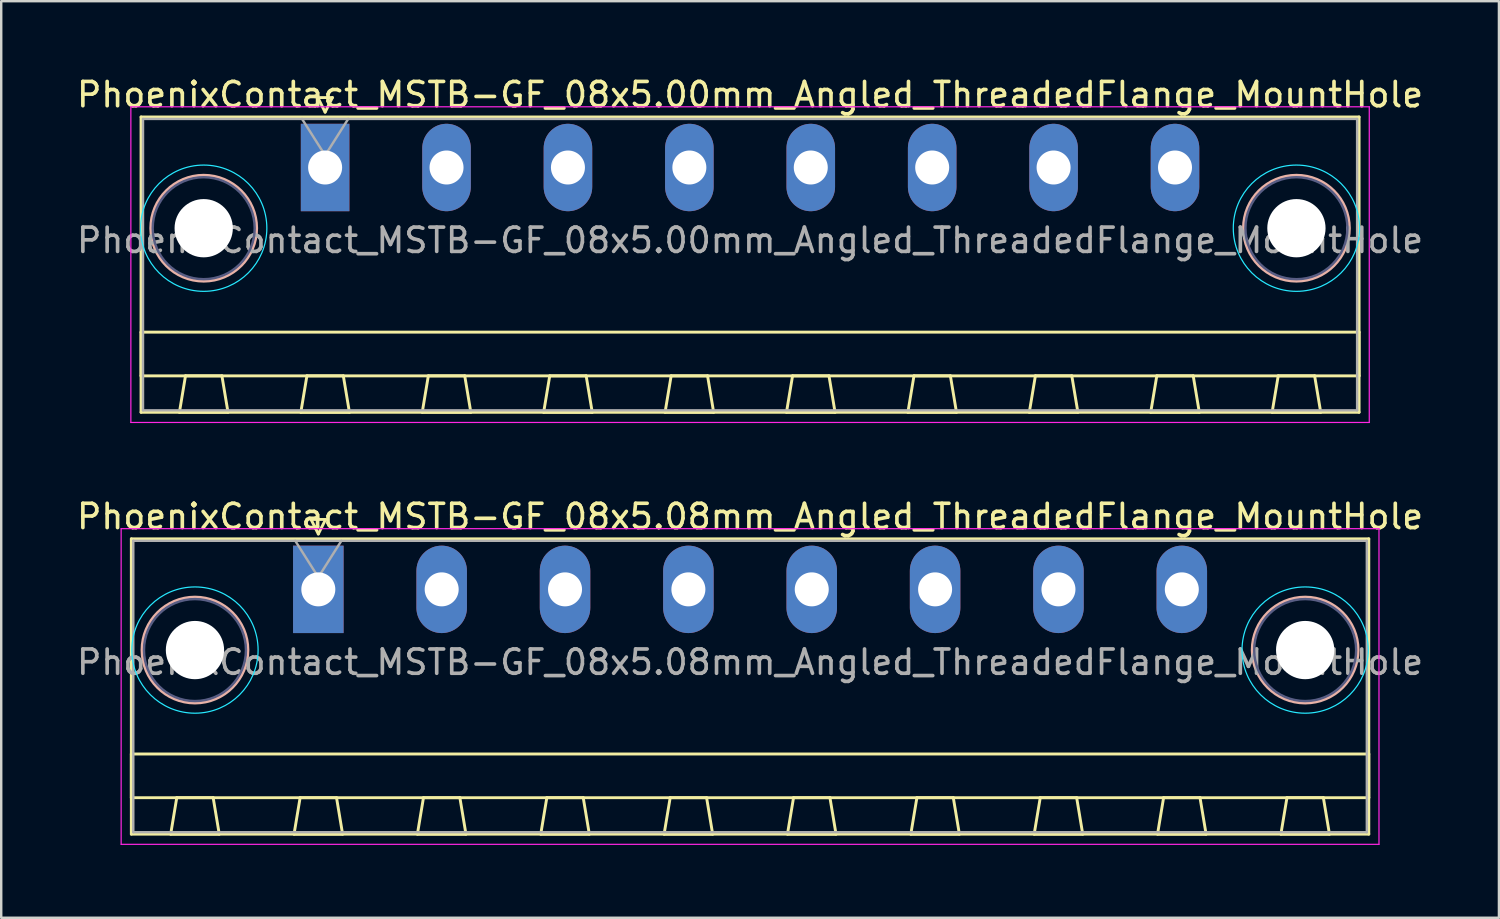
<source format=kicad_pcb>
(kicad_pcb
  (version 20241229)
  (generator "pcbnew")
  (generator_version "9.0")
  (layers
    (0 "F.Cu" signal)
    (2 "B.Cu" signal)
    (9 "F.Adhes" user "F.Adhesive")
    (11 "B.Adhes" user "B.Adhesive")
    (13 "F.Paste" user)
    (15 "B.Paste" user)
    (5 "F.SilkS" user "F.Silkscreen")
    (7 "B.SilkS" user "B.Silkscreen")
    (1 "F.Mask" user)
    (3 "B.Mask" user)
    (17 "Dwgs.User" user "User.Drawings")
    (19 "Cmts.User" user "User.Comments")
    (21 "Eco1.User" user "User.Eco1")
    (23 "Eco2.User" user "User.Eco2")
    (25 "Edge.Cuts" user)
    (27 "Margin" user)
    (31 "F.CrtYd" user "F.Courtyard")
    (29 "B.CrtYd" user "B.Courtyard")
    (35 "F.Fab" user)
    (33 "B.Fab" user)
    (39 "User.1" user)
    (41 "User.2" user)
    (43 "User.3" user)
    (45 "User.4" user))
  (footprint "PhoenixContact_MSTB-GF_08x5.08mm_Angled_ThreadedFlange_MountHole"
    (layer "F.Cu")
    (at 10.059 21.221)
    (property "Reference" "PhoenixContact_MSTB-GF_08x5.08mm_Angled_ThreadedFlange_MountHole" (at 17.78 -3 0) (layer "F.SilkS") (effects (font (size 1 1) (thickness 0.15))))
    (attr through_hole)
    (fp_line (start -7.7 -2.08) (end -7.7 10.08) (stroke (width 0.12) (type solid)) (layer "F.SilkS"))
    (fp_line (start -7.7 6.78) (end 43.26 6.78) (stroke (width 0.12) (type solid)) (layer "F.SilkS"))
    (fp_line (start -7.7 8.58) (end -7.7 6.78) (stroke (width 0.12) (type solid)) (layer "F.SilkS"))
    (fp_line (start -7.7 10.08) (end 43.26 10.08) (stroke (width 0.12) (type solid)) (layer "F.SilkS"))
    (fp_line (start -6.08 10.08) (end -4.08 10.08) (stroke (width 0.12) (type solid)) (layer "F.SilkS"))
    (fp_line (start -5.83 8.58) (end -6.08 10.08) (stroke (width 0.12) (type solid)) (layer "F.SilkS"))
    (fp_line (start -4.33 8.58) (end -5.83 8.58) (stroke (width 0.12) (type solid)) (layer "F.SilkS"))
    (fp_line (start -4.08 10.08) (end -4.33 8.58) (stroke (width 0.12) (type solid)) (layer "F.SilkS"))
    (fp_line (start -1 10.08) (end 1 10.08) (stroke (width 0.12) (type solid)) (layer "F.SilkS"))
    (fp_line (start -0.75 8.58) (end -1 10.08) (stroke (width 0.12) (type solid)) (layer "F.SilkS"))
    (fp_line (start -0.3 -2.88) (end 0.3 -2.88) (stroke (width 0.12) (type solid)) (layer "F.SilkS"))
    (fp_line (start 0 -2.28) (end -0.3 -2.88) (stroke (width 0.12) (type solid)) (layer "F.SilkS"))
    (fp_line (start 0.3 -2.88) (end 0 -2.28) (stroke (width 0.12) (type solid)) (layer "F.SilkS"))
    (fp_line (start 0.75 8.58) (end -0.75 8.58) (stroke (width 0.12) (type solid)) (layer "F.SilkS"))
    (fp_line (start 1 10.08) (end 0.75 8.58) (stroke (width 0.12) (type solid)) (layer "F.SilkS"))
    (fp_line (start 4.08 10.08) (end 6.08 10.08) (stroke (width 0.12) (type solid)) (layer "F.SilkS"))
    (fp_line (start 4.33 8.58) (end 4.08 10.08) (stroke (width 0.12) (type solid)) (layer "F.SilkS"))
    (fp_line (start 5.83 8.58) (end 4.33 8.58) (stroke (width 0.12) (type solid)) (layer "F.SilkS"))
    (fp_line (start 6.08 10.08) (end 5.83 8.58) (stroke (width 0.12) (type solid)) (layer "F.SilkS"))
    (fp_line (start 9.16 10.08) (end 11.16 10.08) (stroke (width 0.12) (type solid)) (layer "F.SilkS"))
    (fp_line (start 9.41 8.58) (end 9.16 10.08) (stroke (width 0.12) (type solid)) (layer "F.SilkS"))
    (fp_line (start 10.91 8.58) (end 9.41 8.58) (stroke (width 0.12) (type solid)) (layer "F.SilkS"))
    (fp_line (start 11.16 10.08) (end 10.91 8.58) (stroke (width 0.12) (type solid)) (layer "F.SilkS"))
    (fp_line (start 14.24 10.08) (end 16.24 10.08) (stroke (width 0.12) (type solid)) (layer "F.SilkS"))
    (fp_line (start 14.49 8.58) (end 14.24 10.08) (stroke (width 0.12) (type solid)) (layer "F.SilkS"))
    (fp_line (start 15.99 8.58) (end 14.49 8.58) (stroke (width 0.12) (type solid)) (layer "F.SilkS"))
    (fp_line (start 16.24 10.08) (end 15.99 8.58) (stroke (width 0.12) (type solid)) (layer "F.SilkS"))
    (fp_line (start 19.32 10.08) (end 21.32 10.08) (stroke (width 0.12) (type solid)) (layer "F.SilkS"))
    (fp_line (start 19.57 8.58) (end 19.32 10.08) (stroke (width 0.12) (type solid)) (layer "F.SilkS"))
    (fp_line (start 21.07 8.58) (end 19.57 8.58) (stroke (width 0.12) (type solid)) (layer "F.SilkS"))
    (fp_line (start 21.32 10.08) (end 21.07 8.58) (stroke (width 0.12) (type solid)) (layer "F.SilkS"))
    (fp_line (start 24.4 10.08) (end 26.4 10.08) (stroke (width 0.12) (type solid)) (layer "F.SilkS"))
    (fp_line (start 24.65 8.58) (end 24.4 10.08) (stroke (width 0.12) (type solid)) (layer "F.SilkS"))
    (fp_line (start 26.15 8.58) (end 24.65 8.58) (stroke (width 0.12) (type solid)) (layer "F.SilkS"))
    (fp_line (start 26.4 10.08) (end 26.15 8.58) (stroke (width 0.12) (type solid)) (layer "F.SilkS"))
    (fp_line (start 29.48 10.08) (end 31.48 10.08) (stroke (width 0.12) (type solid)) (layer "F.SilkS"))
    (fp_line (start 29.73 8.58) (end 29.48 10.08) (stroke (width 0.12) (type solid)) (layer "F.SilkS"))
    (fp_line (start 31.23 8.58) (end 29.73 8.58) (stroke (width 0.12) (type solid)) (layer "F.SilkS"))
    (fp_line (start 31.48 10.08) (end 31.23 8.58) (stroke (width 0.12) (type solid)) (layer "F.SilkS"))
    (fp_line (start 34.56 10.08) (end 36.56 10.08) (stroke (width 0.12) (type solid)) (layer "F.SilkS"))
    (fp_line (start 34.81 8.58) (end 34.56 10.08) (stroke (width 0.12) (type solid)) (layer "F.SilkS"))
    (fp_line (start 36.31 8.58) (end 34.81 8.58) (stroke (width 0.12) (type solid)) (layer "F.SilkS"))
    (fp_line (start 36.56 10.08) (end 36.31 8.58) (stroke (width 0.12) (type solid)) (layer "F.SilkS"))
    (fp_line (start 39.64 10.08) (end 41.64 10.08) (stroke (width 0.12) (type solid)) (layer "F.SilkS"))
    (fp_line (start 39.89 8.58) (end 39.64 10.08) (stroke (width 0.12) (type solid)) (layer "F.SilkS"))
    (fp_line (start 41.39 8.58) (end 39.89 8.58) (stroke (width 0.12) (type solid)) (layer "F.SilkS"))
    (fp_line (start 41.64 10.08) (end 41.39 8.58) (stroke (width 0.12) (type solid)) (layer "F.SilkS"))
    (fp_line (start 43.26 -2.08) (end -7.7 -2.08) (stroke (width 0.12) (type solid)) (layer "F.SilkS"))
    (fp_line (start 43.26 6.78) (end 43.26 8.58) (stroke (width 0.12) (type solid)) (layer "F.SilkS"))
    (fp_line (start 43.26 8.58) (end -7.7 8.58) (stroke (width 0.12) (type solid)) (layer "F.SilkS"))
    (fp_line (start 43.26 10.08) (end 43.26 -2.08) (stroke (width 0.12) (type solid)) (layer "F.SilkS"))
    (fp_circle (center -5.08 2.5) (end -2.9 2.5) (stroke (width 0.12) (type solid)) (fill no) (layer "B.SilkS"))
    (fp_circle (center 40.64 2.5) (end 42.82 2.5) (stroke (width 0.12) (type solid)) (fill no) (layer "B.SilkS"))
    (fp_circle (center -5.08 2.5) (end -2.48 2.5) (stroke (width 0.05) (type solid)) (fill no) (layer "B.CrtYd"))
    (fp_circle (center 40.64 2.5) (end 43.24 2.5) (stroke (width 0.05) (type solid)) (fill no) (layer "B.CrtYd"))
    (fp_line (start -8.12 -2.5) (end -8.12 10.5) (stroke (width 0.05) (type solid)) (layer "F.CrtYd"))
    (fp_line (start -8.12 10.5) (end 43.68 10.5) (stroke (width 0.05) (type solid)) (layer "F.CrtYd"))
    (fp_line (start 43.68 -2.5) (end -8.12 -2.5) (stroke (width 0.05) (type solid)) (layer "F.CrtYd"))
    (fp_line (start 43.68 10.5) (end 43.68 -2.5) (stroke (width 0.05) (type solid)) (layer "F.CrtYd"))
    (fp_circle (center -5.08 2.5) (end -2.98 2.5) (stroke (width 0.1) (type solid)) (fill no) (layer "B.Fab"))
    (fp_circle (center 40.64 2.5) (end 42.74 2.5) (stroke (width 0.1) (type solid)) (fill no) (layer "B.Fab"))
    (fp_line (start -7.62 -2) (end -7.62 10) (stroke (width 0.1) (type solid)) (layer "F.Fab"))
    (fp_line (start -7.62 10) (end 43.18 10) (stroke (width 0.1) (type solid)) (layer "F.Fab"))
    (fp_line (start 0 -0.5) (end -0.95 -2) (stroke (width 0.1) (type solid)) (layer "F.Fab"))
    (fp_line (start 0.95 -2) (end 0 -0.5) (stroke (width 0.1) (type solid)) (layer "F.Fab"))
    (fp_line (start 43.18 -2) (end -7.62 -2) (stroke (width 0.1) (type solid)) (layer "F.Fab"))
    (fp_line (start 43.18 10) (end 43.18 -2) (stroke (width 0.1) (type solid)) (layer "F.Fab"))
    (fp_text user "${REFERENCE}" (at 17.78 3 0) (layer "F.Fab") (effects (font (size 1 1) (thickness 0.15))))
    (pad "" np_thru_hole circle (at -5.08 2.5) (size 2.4 2.4) (drill 2.4) (layers "*.Cu" "*.Mask"))
    (pad "" np_thru_hole circle (at 40.64 2.5) (size 2.4 2.4) (drill 2.4) (layers "*.Cu" "*.Mask"))
    (pad "1" thru_hole rect (at 0 0) (size 2.08 3.6) (drill 1.4) (layers "*.Cu" "*.Mask"))
    (pad "2" thru_hole oval (at 5.08 0) (size 2.08 3.6) (drill 1.4) (layers "*.Cu" "*.Mask"))
    (pad "3" thru_hole oval (at 10.16 0) (size 2.08 3.6) (drill 1.4) (layers "*.Cu" "*.Mask"))
    (pad "4" thru_hole oval (at 15.24 0) (size 2.08 3.6) (drill 1.4) (layers "*.Cu" "*.Mask"))
    (pad "5" thru_hole oval (at 20.32 0) (size 2.08 3.6) (drill 1.4) (layers "*.Cu" "*.Mask"))
    (pad "6" thru_hole oval (at 25.4 0) (size 2.08 3.6) (drill 1.4) (layers "*.Cu" "*.Mask"))
    (pad "7" thru_hole oval (at 30.48 0) (size 2.08 3.6) (drill 1.4) (layers "*.Cu" "*.Mask"))
    (pad "8" thru_hole oval (at 35.56 0) (size 2.08 3.6) (drill 1.4) (layers "*.Cu" "*.Mask")))
  (footprint "PhoenixContact_MSTB-GF_08x5.00mm_Angled_ThreadedFlange_MountHole"
    (layer "F.Cu")
    (at 10.339 3.848)
    (property "Reference" "PhoenixContact_MSTB-GF_08x5.00mm_Angled_ThreadedFlange_MountHole" (at 17.5 -3 0) (layer "F.SilkS") (effects (font (size 1 1) (thickness 0.15))))
    (attr through_hole)
    (fp_line (start -7.58 -2.08) (end -7.58 10.08) (stroke (width 0.12) (type solid)) (layer "F.SilkS"))
    (fp_line (start -7.58 6.78) (end 42.58 6.78) (stroke (width 0.12) (type solid)) (layer "F.SilkS"))
    (fp_line (start -7.58 8.58) (end -7.58 6.78) (stroke (width 0.12) (type solid)) (layer "F.SilkS"))
    (fp_line (start -7.58 10.08) (end 42.58 10.08) (stroke (width 0.12) (type solid)) (layer "F.SilkS"))
    (fp_line (start -6 10.08) (end -4 10.08) (stroke (width 0.12) (type solid)) (layer "F.SilkS"))
    (fp_line (start -5.75 8.58) (end -6 10.08) (stroke (width 0.12) (type solid)) (layer "F.SilkS"))
    (fp_line (start -4.25 8.58) (end -5.75 8.58) (stroke (width 0.12) (type solid)) (layer "F.SilkS"))
    (fp_line (start -4 10.08) (end -4.25 8.58) (stroke (width 0.12) (type solid)) (layer "F.SilkS"))
    (fp_line (start -1 10.08) (end 1 10.08) (stroke (width 0.12) (type solid)) (layer "F.SilkS"))
    (fp_line (start -0.75 8.58) (end -1 10.08) (stroke (width 0.12) (type solid)) (layer "F.SilkS"))
    (fp_line (start -0.3 -2.88) (end 0.3 -2.88) (stroke (width 0.12) (type solid)) (layer "F.SilkS"))
    (fp_line (start 0 -2.28) (end -0.3 -2.88) (stroke (width 0.12) (type solid)) (layer "F.SilkS"))
    (fp_line (start 0.3 -2.88) (end 0 -2.28) (stroke (width 0.12) (type solid)) (layer "F.SilkS"))
    (fp_line (start 0.75 8.58) (end -0.75 8.58) (stroke (width 0.12) (type solid)) (layer "F.SilkS"))
    (fp_line (start 1 10.08) (end 0.75 8.58) (stroke (width 0.12) (type solid)) (layer "F.SilkS"))
    (fp_line (start 4 10.08) (end 6 10.08) (stroke (width 0.12) (type solid)) (layer "F.SilkS"))
    (fp_line (start 4.25 8.58) (end 4 10.08) (stroke (width 0.12) (type solid)) (layer "F.SilkS"))
    (fp_line (start 5.75 8.58) (end 4.25 8.58) (stroke (width 0.12) (type solid)) (layer "F.SilkS"))
    (fp_line (start 6 10.08) (end 5.75 8.58) (stroke (width 0.12) (type solid)) (layer "F.SilkS"))
    (fp_line (start 9 10.08) (end 11 10.08) (stroke (width 0.12) (type solid)) (layer "F.SilkS"))
    (fp_line (start 9.25 8.58) (end 9 10.08) (stroke (width 0.12) (type solid)) (layer "F.SilkS"))
    (fp_line (start 10.75 8.58) (end 9.25 8.58) (stroke (width 0.12) (type solid)) (layer "F.SilkS"))
    (fp_line (start 11 10.08) (end 10.75 8.58) (stroke (width 0.12) (type solid)) (layer "F.SilkS"))
    (fp_line (start 14 10.08) (end 16 10.08) (stroke (width 0.12) (type solid)) (layer "F.SilkS"))
    (fp_line (start 14.25 8.58) (end 14 10.08) (stroke (width 0.12) (type solid)) (layer "F.SilkS"))
    (fp_line (start 15.75 8.58) (end 14.25 8.58) (stroke (width 0.12) (type solid)) (layer "F.SilkS"))
    (fp_line (start 16 10.08) (end 15.75 8.58) (stroke (width 0.12) (type solid)) (layer "F.SilkS"))
    (fp_line (start 19 10.08) (end 21 10.08) (stroke (width 0.12) (type solid)) (layer "F.SilkS"))
    (fp_line (start 19.25 8.58) (end 19 10.08) (stroke (width 0.12) (type solid)) (layer "F.SilkS"))
    (fp_line (start 20.75 8.58) (end 19.25 8.58) (stroke (width 0.12) (type solid)) (layer "F.SilkS"))
    (fp_line (start 21 10.08) (end 20.75 8.58) (stroke (width 0.12) (type solid)) (layer "F.SilkS"))
    (fp_line (start 24 10.08) (end 26 10.08) (stroke (width 0.12) (type solid)) (layer "F.SilkS"))
    (fp_line (start 24.25 8.58) (end 24 10.08) (stroke (width 0.12) (type solid)) (layer "F.SilkS"))
    (fp_line (start 25.75 8.58) (end 24.25 8.58) (stroke (width 0.12) (type solid)) (layer "F.SilkS"))
    (fp_line (start 26 10.08) (end 25.75 8.58) (stroke (width 0.12) (type solid)) (layer "F.SilkS"))
    (fp_line (start 29 10.08) (end 31 10.08) (stroke (width 0.12) (type solid)) (layer "F.SilkS"))
    (fp_line (start 29.25 8.58) (end 29 10.08) (stroke (width 0.12) (type solid)) (layer "F.SilkS"))
    (fp_line (start 30.75 8.58) (end 29.25 8.58) (stroke (width 0.12) (type solid)) (layer "F.SilkS"))
    (fp_line (start 31 10.08) (end 30.75 8.58) (stroke (width 0.12) (type solid)) (layer "F.SilkS"))
    (fp_line (start 34 10.08) (end 36 10.08) (stroke (width 0.12) (type solid)) (layer "F.SilkS"))
    (fp_line (start 34.25 8.58) (end 34 10.08) (stroke (width 0.12) (type solid)) (layer "F.SilkS"))
    (fp_line (start 35.75 8.58) (end 34.25 8.58) (stroke (width 0.12) (type solid)) (layer "F.SilkS"))
    (fp_line (start 36 10.08) (end 35.75 8.58) (stroke (width 0.12) (type solid)) (layer "F.SilkS"))
    (fp_line (start 39 10.08) (end 41 10.08) (stroke (width 0.12) (type solid)) (layer "F.SilkS"))
    (fp_line (start 39.25 8.58) (end 39 10.08) (stroke (width 0.12) (type solid)) (layer "F.SilkS"))
    (fp_line (start 40.75 8.58) (end 39.25 8.58) (stroke (width 0.12) (type solid)) (layer "F.SilkS"))
    (fp_line (start 41 10.08) (end 40.75 8.58) (stroke (width 0.12) (type solid)) (layer "F.SilkS"))
    (fp_line (start 42.58 -2.08) (end -7.58 -2.08) (stroke (width 0.12) (type solid)) (layer "F.SilkS"))
    (fp_line (start 42.58 6.78) (end 42.58 8.58) (stroke (width 0.12) (type solid)) (layer "F.SilkS"))
    (fp_line (start 42.58 8.58) (end -7.58 8.58) (stroke (width 0.12) (type solid)) (layer "F.SilkS"))
    (fp_line (start 42.58 10.08) (end 42.58 -2.08) (stroke (width 0.12) (type solid)) (layer "F.SilkS"))
    (fp_circle (center -5 2.5) (end -2.82 2.5) (stroke (width 0.12) (type solid)) (fill no) (layer "B.SilkS"))
    (fp_circle (center 40 2.5) (end 42.18 2.5) (stroke (width 0.12) (type solid)) (fill no) (layer "B.SilkS"))
    (fp_circle (center -5 2.5) (end -2.4 2.5) (stroke (width 0.05) (type solid)) (fill no) (layer "B.CrtYd"))
    (fp_circle (center 40 2.5) (end 42.6 2.5) (stroke (width 0.05) (type solid)) (fill no) (layer "B.CrtYd"))
    (fp_line (start -8 -2.5) (end -8 10.5) (stroke (width 0.05) (type solid)) (layer "F.CrtYd"))
    (fp_line (start -8 10.5) (end 43 10.5) (stroke (width 0.05) (type solid)) (layer "F.CrtYd"))
    (fp_line (start 43 -2.5) (end -8 -2.5) (stroke (width 0.05) (type solid)) (layer "F.CrtYd"))
    (fp_line (start 43 10.5) (end 43 -2.5) (stroke (width 0.05) (type solid)) (layer "F.CrtYd"))
    (fp_circle (center -5 2.5) (end -2.9 2.5) (stroke (width 0.1) (type solid)) (fill no) (layer "B.Fab"))
    (fp_circle (center 40 2.5) (end 42.1 2.5) (stroke (width 0.1) (type solid)) (fill no) (layer "B.Fab"))
    (fp_line (start -7.5 -2) (end -7.5 10) (stroke (width 0.1) (type solid)) (layer "F.Fab"))
    (fp_line (start -7.5 10) (end 42.5 10) (stroke (width 0.1) (type solid)) (layer "F.Fab"))
    (fp_line (start 0 -0.5) (end -0.95 -2) (stroke (width 0.1) (type solid)) (layer "F.Fab"))
    (fp_line (start 0.95 -2) (end 0 -0.5) (stroke (width 0.1) (type solid)) (layer "F.Fab"))
    (fp_line (start 42.5 -2) (end -7.5 -2) (stroke (width 0.1) (type solid)) (layer "F.Fab"))
    (fp_line (start 42.5 10) (end 42.5 -2) (stroke (width 0.1) (type solid)) (layer "F.Fab"))
    (fp_text user "${REFERENCE}" (at 17.5 3 0) (layer "F.Fab") (effects (font (size 1 1) (thickness 0.15))))
    (pad "" np_thru_hole circle (at -5 2.5) (size 2.4 2.4) (drill 2.4) (layers "*.Cu" "*.Mask"))
    (pad "" np_thru_hole circle (at 40 2.5) (size 2.4 2.4) (drill 2.4) (layers "*.Cu" "*.Mask"))
    (pad "1" thru_hole rect (at 0 0) (size 2 3.6) (drill 1.4) (layers "*.Cu" "*.Mask"))
    (pad "2" thru_hole oval (at 5 0) (size 2 3.6) (drill 1.4) (layers "*.Cu" "*.Mask"))
    (pad "3" thru_hole oval (at 10 0) (size 2 3.6) (drill 1.4) (layers "*.Cu" "*.Mask"))
    (pad "4" thru_hole oval (at 15 0) (size 2 3.6) (drill 1.4) (layers "*.Cu" "*.Mask"))
    (pad "5" thru_hole oval (at 20 0) (size 2 3.6) (drill 1.4) (layers "*.Cu" "*.Mask"))
    (pad "6" thru_hole oval (at 25 0) (size 2 3.6) (drill 1.4) (layers "*.Cu" "*.Mask"))
    (pad "7" thru_hole oval (at 30 0) (size 2 3.6) (drill 1.4) (layers "*.Cu" "*.Mask"))
    (pad "8" thru_hole oval (at 35 0) (size 2 3.6) (drill 1.4) (layers "*.Cu" "*.Mask")))
  (gr_rect
    (start -3 -3)
    (end 58.679 34.746)
    (stroke (width 0.1) (type default))
    (fill no)
    (layer "Edge.Cuts")))
</source>
